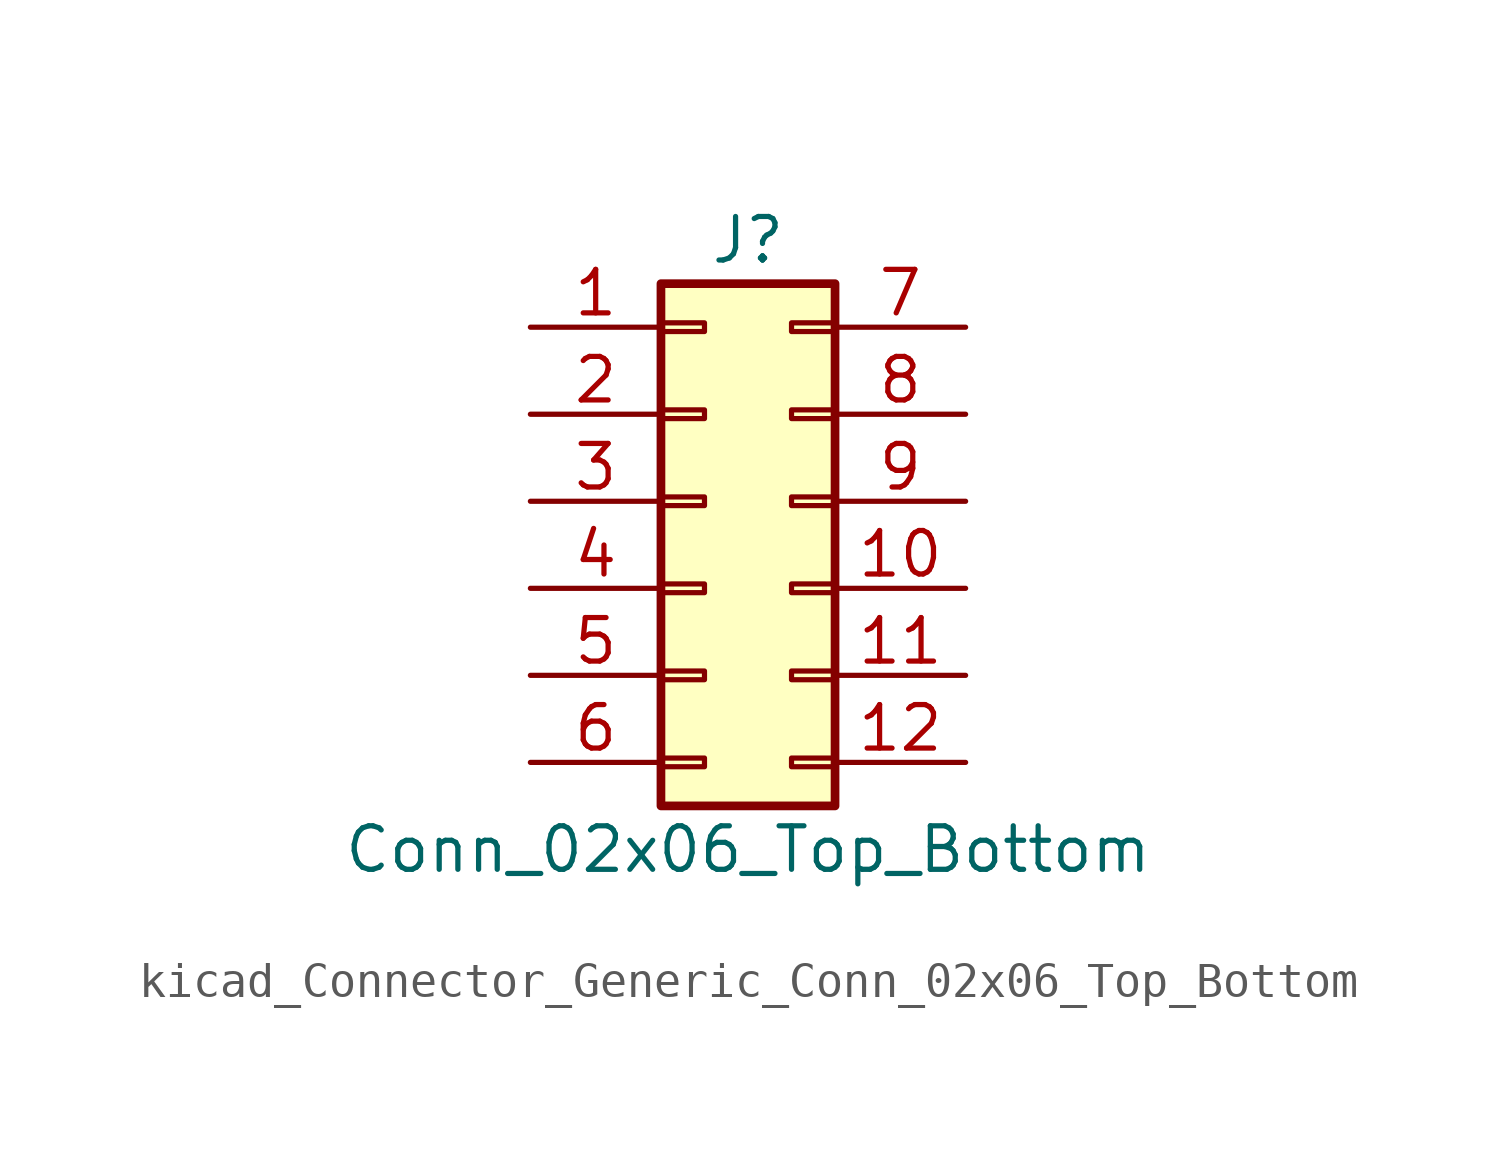
<source format=kicad_sym>
(kicad_symbol_lib
  (version 20220914)
  (generator kicad_symbol_editor)
  (symbol "kicad_Connector_Generic_Conn_02x06_Top_Bottom"
    (pin_names
      (offset 1.016) hide)
    (property "Reference" "J"
      (at 1.27 7.62 0)
      (effects (font (size 1.27 1.27))))
    (property "Value" "Conn_02x06_Top_Bottom"
      (at 1.27 -10.16 0)
      (effects (font (size 1.27 1.27))))
    (symbol "kicad_Connector_Generic_Conn_02x06_Top_Bottom_1_1"
      (rectangle (start -1.27 -7.493) (end 0 -7.747) (stroke (width 0.152) (type default)) (fill (type none)))
      (rectangle (start -1.27 -4.953) (end 0 -5.207) (stroke (width 0.152) (type default)) (fill (type none)))
      (rectangle (start -1.27 -2.413) (end 0 -2.667) (stroke (width 0.152) (type default)) (fill (type none)))
      (rectangle (start -1.27 0.127) (end 0 -0.127) (stroke (width 0.152) (type default)) (fill (type none)))
      (rectangle (start -1.27 2.667) (end 0 2.413) (stroke (width 0.152) (type default)) (fill (type none)))
      (rectangle (start -1.27 5.207) (end 0 4.953) (stroke (width 0.152) (type default)) (fill (type none)))
      (rectangle (start -1.27 6.35) (end 3.81 -8.89) (stroke (width 0.254) (type default)) (fill (type background)))
      (rectangle (start 3.81 -7.493) (end 2.54 -7.747) (stroke (width 0.152) (type default)) (fill (type none)))
      (rectangle (start 3.81 -4.953) (end 2.54 -5.207) (stroke (width 0.152) (type default)) (fill (type none)))
      (rectangle (start 3.81 -2.413) (end 2.54 -2.667) (stroke (width 0.152) (type default)) (fill (type none)))
      (rectangle (start 3.81 0.127) (end 2.54 -0.127) (stroke (width 0.152) (type default)) (fill (type none)))
      (rectangle (start 3.81 2.667) (end 2.54 2.413) (stroke (width 0.152) (type default)) (fill (type none)))
      (rectangle (start 3.81 5.207) (end 2.54 4.953) (stroke (width 0.152) (type default)) (fill (type none)))
      (pin passive line (at -5.08 5.08 0) (length 3.81) (name "Pin_1" (effects (font (size 1.27 1.27)))) (number "1" (effects (font (size 1.27 1.27)))))
      (pin passive line (at 7.62 -2.54 180) (length 3.81) (name "Pin_10" (effects (font (size 1.27 1.27)))) (number "10" (effects (font (size 1.27 1.27)))))
      (pin passive line (at 7.62 -5.08 180) (length 3.81) (name "Pin_11" (effects (font (size 1.27 1.27)))) (number "11" (effects (font (size 1.27 1.27)))))
      (pin passive line (at 7.62 -7.62 180) (length 3.81) (name "Pin_12" (effects (font (size 1.27 1.27)))) (number "12" (effects (font (size 1.27 1.27)))))
      (pin passive line (at -5.08 2.54 0) (length 3.81) (name "Pin_2" (effects (font (size 1.27 1.27)))) (number "2" (effects (font (size 1.27 1.27)))))
      (pin passive line (at -5.08 0 0) (length 3.81) (name "Pin_3" (effects (font (size 1.27 1.27)))) (number "3" (effects (font (size 1.27 1.27)))))
      (pin passive line (at -5.08 -2.54 0) (length 3.81) (name "Pin_4" (effects (font (size 1.27 1.27)))) (number "4" (effects (font (size 1.27 1.27)))))
      (pin passive line (at -5.08 -5.08 0) (length 3.81) (name "Pin_5" (effects (font (size 1.27 1.27)))) (number "5" (effects (font (size 1.27 1.27)))))
      (pin passive line (at -5.08 -7.62 0) (length 3.81) (name "Pin_6" (effects (font (size 1.27 1.27)))) (number "6" (effects (font (size 1.27 1.27)))))
      (pin passive line (at 7.62 5.08 180) (length 3.81) (name "Pin_7" (effects (font (size 1.27 1.27)))) (number "7" (effects (font (size 1.27 1.27)))))
      (pin passive line (at 7.62 2.54 180) (length 3.81) (name "Pin_8" (effects (font (size 1.27 1.27)))) (number "8" (effects (font (size 1.27 1.27)))))
      (pin passive line (at 7.62 0 180) (length 3.81) (name "Pin_9" (effects (font (size 1.27 1.27)))) (number "9" (effects (font (size 1.27 1.27))))))))
</source>
